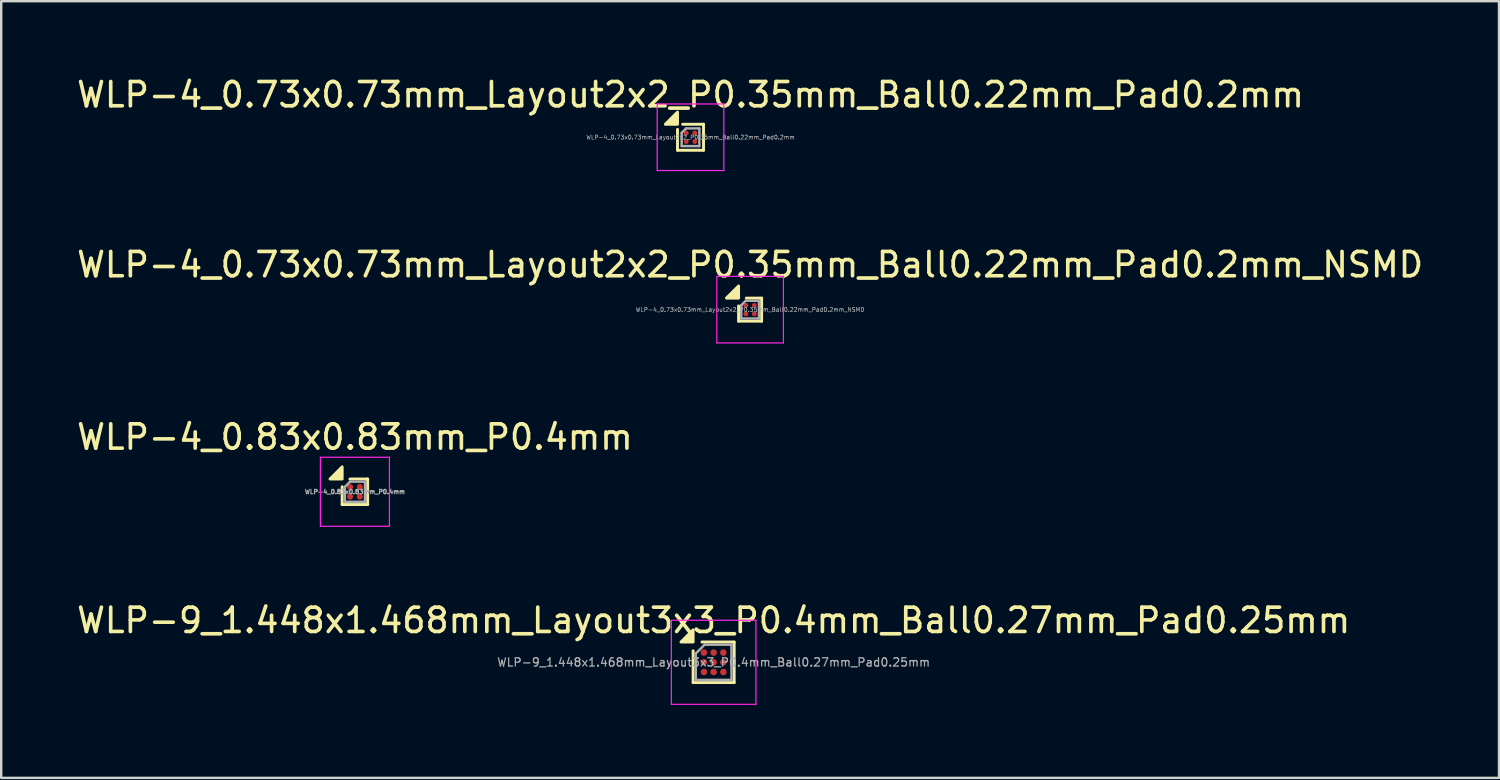
<source format=kicad_pcb>
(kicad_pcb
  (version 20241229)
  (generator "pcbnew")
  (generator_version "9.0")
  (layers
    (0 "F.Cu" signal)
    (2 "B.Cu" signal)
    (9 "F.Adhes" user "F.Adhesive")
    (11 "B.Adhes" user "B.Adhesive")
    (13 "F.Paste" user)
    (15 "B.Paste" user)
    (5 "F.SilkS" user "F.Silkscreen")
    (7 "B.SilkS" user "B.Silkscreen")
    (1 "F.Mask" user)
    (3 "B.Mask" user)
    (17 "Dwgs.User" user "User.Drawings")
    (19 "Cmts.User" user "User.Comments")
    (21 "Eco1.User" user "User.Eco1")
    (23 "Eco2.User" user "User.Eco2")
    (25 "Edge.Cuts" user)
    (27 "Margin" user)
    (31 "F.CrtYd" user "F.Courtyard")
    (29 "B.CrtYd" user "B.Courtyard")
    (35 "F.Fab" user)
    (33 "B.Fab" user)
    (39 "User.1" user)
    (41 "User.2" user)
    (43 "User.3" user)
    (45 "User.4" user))
  (footprint "WLP-9_1.448x1.468mm_Layout3x3_P0.4mm_Ball0.27mm_Pad0.25mm"
    (layer "F.Cu")
    (at 26.315 24.202)
    (property "Reference" "WLP-9_1.448x1.468mm_Layout3x3_P0.4mm_Ball0.27mm_Pad0.25mm" (at 0 -1.724 0) (layer "F.SilkS") (effects (font (size 1 1) (thickness 0.15))))
    (attr smd)
    (fp_line (start -0.844 0.834) (end -0.844 -0.472) (stroke (width 0.12) (type solid)) (layer "F.SilkS"))
    (fp_line (start -0.482 -0.834) (end 0.844 -0.834) (stroke (width 0.12) (type solid)) (layer "F.SilkS"))
    (fp_line (start 0.844 -0.834) (end 0.844 0.834) (stroke (width 0.12) (type solid)) (layer "F.SilkS"))
    (fp_line (start 0.844 0.834) (end -0.844 0.834) (stroke (width 0.12) (type solid)) (layer "F.SilkS"))
    (fp_poly (pts (xy -0.844 -0.834) (xy -1.344 -0.834) (xy -0.844 -1.334) (xy -0.844 -0.834)) (stroke (width 0.12) (type solid)) (fill yes) (layer "F.SilkS"))
    (fp_line (start -1.74 -1.73) (end -1.74 1.73) (stroke (width 0.05) (type solid)) (layer "F.CrtYd"))
    (fp_line (start -1.74 1.73) (end 1.74 1.73) (stroke (width 0.05) (type solid)) (layer "F.CrtYd"))
    (fp_line (start 1.74 -1.73) (end -1.74 -1.73) (stroke (width 0.05) (type solid)) (layer "F.CrtYd"))
    (fp_line (start 1.74 1.73) (end 1.74 -1.73) (stroke (width 0.05) (type solid)) (layer "F.CrtYd"))
    (fp_line (start -0.734 -0.362) (end -0.372 -0.724) (stroke (width 0.1) (type solid)) (layer "F.Fab"))
    (fp_line (start -0.734 0.724) (end -0.734 -0.362) (stroke (width 0.1) (type solid)) (layer "F.Fab"))
    (fp_line (start -0.372 -0.724) (end 0.734 -0.724) (stroke (width 0.1) (type solid)) (layer "F.Fab"))
    (fp_line (start 0.734 -0.724) (end 0.734 0.724) (stroke (width 0.1) (type solid)) (layer "F.Fab"))
    (fp_line (start 0.734 0.724) (end -0.734 0.724) (stroke (width 0.1) (type solid)) (layer "F.Fab"))
    (fp_text user "${REFERENCE}" (at 0 0 0) (layer "F.Fab") (effects (font (size 0.34 0.34) (thickness 0.051))))
    (pad "A1" smd circle (at -0.4 -0.4) (size 0.27 0.27) (property pad_prop_bga) (layers "F.Cu" "F.Mask" "F.Paste"))
    (pad "A2" smd circle (at 0 -0.4) (size 0.27 0.27) (property pad_prop_bga) (layers "F.Cu" "F.Mask" "F.Paste"))
    (pad "A3" smd circle (at 0.4 -0.4) (size 0.27 0.27) (property pad_prop_bga) (layers "F.Cu" "F.Mask" "F.Paste"))
    (pad "B1" smd circle (at -0.4 0) (size 0.27 0.27) (property pad_prop_bga) (layers "F.Cu" "F.Mask" "F.Paste"))
    (pad "B2" smd circle (at 0 0) (size 0.27 0.27) (property pad_prop_bga) (layers "F.Cu" "F.Mask" "F.Paste"))
    (pad "B3" smd circle (at 0.4 0) (size 0.27 0.27) (property pad_prop_bga) (layers "F.Cu" "F.Mask" "F.Paste"))
    (pad "C1" smd circle (at -0.4 0.4) (size 0.27 0.27) (property pad_prop_bga) (layers "F.Cu" "F.Mask" "F.Paste"))
    (pad "C2" smd circle (at 0 0.4) (size 0.27 0.27) (property pad_prop_bga) (layers "F.Cu" "F.Mask" "F.Paste"))
    (pad "C3" smd circle (at 0.4 0.4) (size 0.27 0.27) (property pad_prop_bga) (layers "F.Cu" "F.Mask" "F.Paste")))
  (footprint "WLP-4_0.73x0.73mm_Layout2x2_P0.35mm_Ball0.22mm_Pad0.2mm_NSMD"
    (layer "F.Cu")
    (at 27.815 9.691)
    (property "Reference" "WLP-4_0.73x0.73mm_Layout2x2_P0.35mm_Ball0.22mm_Pad0.2mm_NSMD" (at 0 -1.85 0) (layer "F.SilkS") (effects (font (size 1 1) (thickness 0.15))))
    (attr smd)
    (fp_line (start -0.474 0.474) (end -0.474 -0.154) (stroke (width 0.12) (type solid)) (layer "F.SilkS"))
    (fp_line (start 0.474 -0.474) (end -0.154 -0.474) (stroke (width 0.12) (type solid)) (layer "F.SilkS"))
    (fp_line (start 0.474 -0.474) (end 0.474 0.474) (stroke (width 0.12) (type solid)) (layer "F.SilkS"))
    (fp_line (start 0.474 0.474) (end -0.474 0.474) (stroke (width 0.12) (type solid)) (layer "F.SilkS"))
    (fp_poly (pts (xy -0.474 -0.474) (xy -0.974 -0.474) (xy -0.474 -0.974) (xy -0.474 -0.474)) (stroke (width 0.12) (type solid)) (fill yes) (layer "F.SilkS"))
    (fp_line (start -1.37 -1.37) (end -1.37 1.37) (stroke (width 0.05) (type solid)) (layer "F.CrtYd"))
    (fp_line (start -1.37 1.37) (end 1.37 1.37) (stroke (width 0.05) (type solid)) (layer "F.CrtYd"))
    (fp_line (start 1.37 -1.37) (end -1.37 -1.37) (stroke (width 0.05) (type solid)) (layer "F.CrtYd"))
    (fp_line (start 1.37 1.37) (end 1.37 -1.37) (stroke (width 0.05) (type solid)) (layer "F.CrtYd"))
    (fp_line (start -0.364 -0.182) (end -0.182 -0.364) (stroke (width 0.1) (type solid)) (layer "F.Fab"))
    (fp_line (start -0.364 0.364) (end -0.364 -0.182) (stroke (width 0.1) (type solid)) (layer "F.Fab"))
    (fp_line (start -0.182 -0.364) (end 0.364 -0.364) (stroke (width 0.1) (type solid)) (layer "F.Fab"))
    (fp_line (start 0.364 -0.364) (end 0.364 0.364) (stroke (width 0.1) (type solid)) (layer "F.Fab"))
    (fp_line (start 0.364 0.364) (end -0.364 0.364) (stroke (width 0.1) (type solid)) (layer "F.Fab"))
    (fp_text user "${REFERENCE}" (at 0 0 0) (layer "F.Fab") (effects (font (size 0.17 0.17) (thickness 0.025))))
    (pad "A1" smd circle (at -0.175 -0.175) (size 0.2 0.2) (property pad_prop_bga) (layers "F.Cu" "F.Mask" "F.Paste"))
    (pad "A2" smd circle (at 0.175 -0.175) (size 0.2 0.2) (property pad_prop_bga) (layers "F.Cu" "F.Mask" "F.Paste"))
    (pad "B1" smd circle (at -0.175 0.175) (size 0.2 0.2) (property pad_prop_bga) (layers "F.Cu" "F.Mask" "F.Paste"))
    (pad "B2" smd circle (at 0.175 0.175) (size 0.2 0.2) (property pad_prop_bga) (layers "F.Cu" "F.Mask" "F.Paste")))
  (footprint "WLP-4_0.73x0.73mm_Layout2x2_P0.35mm_Ball0.22mm_Pad0.2mm"
    (layer "F.Cu")
    (at 25.363 2.598)
    (property "Reference" "WLP-4_0.73x0.73mm_Layout2x2_P0.35mm_Ball0.22mm_Pad0.2mm" (at 0 -1.75 0) (layer "F.SilkS") (effects (font (size 1 1) (thickness 0.15))))
    (attr smd)
    (fp_line (start -0.535 0.535) (end -0.535 -0.323) (stroke (width 0.12) (type solid)) (layer "F.SilkS"))
    (fp_line (start -0.323 -0.535) (end 0.535 -0.535) (stroke (width 0.12) (type solid)) (layer "F.SilkS"))
    (fp_line (start 0.535 -0.535) (end 0.535 0.535) (stroke (width 0.12) (type solid)) (layer "F.SilkS"))
    (fp_line (start 0.535 0.535) (end -0.535 0.535) (stroke (width 0.12) (type solid)) (layer "F.SilkS"))
    (fp_poly (pts (xy -0.535 -0.535) (xy -1.035 -0.535) (xy -0.535 -1.035) (xy -0.535 -0.535)) (stroke (width 0.12) (type solid)) (fill yes) (layer "F.SilkS"))
    (fp_line (start -1.37 -1.37) (end -1.37 1.37) (stroke (width 0.05) (type solid)) (layer "F.CrtYd"))
    (fp_line (start -1.37 1.37) (end 1.37 1.37) (stroke (width 0.05) (type solid)) (layer "F.CrtYd"))
    (fp_line (start 1.37 -1.37) (end -1.37 -1.37) (stroke (width 0.05) (type solid)) (layer "F.CrtYd"))
    (fp_line (start 1.37 1.37) (end 1.37 -1.37) (stroke (width 0.05) (type solid)) (layer "F.CrtYd"))
    (fp_line (start -0.364 -0.182) (end -0.182 -0.364) (stroke (width 0.1) (type solid)) (layer "F.Fab"))
    (fp_line (start -0.364 0.364) (end -0.364 -0.182) (stroke (width 0.1) (type solid)) (layer "F.Fab"))
    (fp_line (start -0.182 -0.364) (end 0.364 -0.364) (stroke (width 0.1) (type solid)) (layer "F.Fab"))
    (fp_line (start 0.364 -0.364) (end 0.364 0.364) (stroke (width 0.1) (type solid)) (layer "F.Fab"))
    (fp_line (start 0.364 0.364) (end -0.364 0.364) (stroke (width 0.1) (type solid)) (layer "F.Fab"))
    (fp_text user "${REFERENCE}" (at 0 0 0) (layer "F.Fab") (effects (font (size 0.17 0.17) (thickness 0.025))))
    (pad "A1" smd circle (at -0.175 -0.175) (size 0.2 0.2) (property pad_prop_bga) (layers "F.Cu" "F.Mask" "F.Paste"))
    (pad "A2" smd circle (at 0.175 -0.175) (size 0.2 0.2) (property pad_prop_bga) (layers "F.Cu" "F.Mask" "F.Paste"))
    (pad "B1" smd circle (at -0.175 0.175) (size 0.2 0.2) (property pad_prop_bga) (layers "F.Cu" "F.Mask" "F.Paste"))
    (pad "B2" smd circle (at 0.175 0.175) (size 0.2 0.2) (property pad_prop_bga) (layers "F.Cu" "F.Mask" "F.Paste")))
  (footprint "WLP-4_0.83x0.83mm_P0.4mm"
    (layer "F.Cu")
    (at 11.554 17.185)
    (property "Reference" "WLP-4_0.83x0.83mm_P0.4mm" (at 0 -2.25 0) (layer "F.SilkS") (effects (font (size 1 1) (thickness 0.15))))
    (attr smd)
    (fp_line (start -0.525 -0.205) (end -0.525 0.525) (stroke (width 0.12) (type solid)) (layer "F.SilkS"))
    (fp_line (start -0.525 0.525) (end 0.525 0.525) (stroke (width 0.12) (type solid)) (layer "F.SilkS"))
    (fp_line (start -0.205 -0.525) (end 0.525 -0.525) (stroke (width 0.12) (type solid)) (layer "F.SilkS"))
    (fp_line (start 0.525 0.525) (end 0.525 -0.525) (stroke (width 0.12) (type solid)) (layer "F.SilkS"))
    (fp_poly (pts (xy -0.525 -0.525) (xy -1.025 -0.525) (xy -0.525 -1.025) (xy -0.525 -0.525)) (stroke (width 0.12) (type solid)) (fill yes) (layer "F.SilkS"))
    (fp_line (start -1.42 -1.42) (end 1.42 -1.42) (stroke (width 0.05) (type solid)) (layer "F.CrtYd"))
    (fp_line (start -1.42 1.42) (end -1.42 -1.42) (stroke (width 0.05) (type solid)) (layer "F.CrtYd"))
    (fp_line (start 1.42 -1.42) (end 1.42 1.42) (stroke (width 0.05) (type solid)) (layer "F.CrtYd"))
    (fp_line (start 1.42 1.42) (end -1.42 1.42) (stroke (width 0.05) (type solid)) (layer "F.CrtYd"))
    (fp_line (start -0.415 -0.2) (end -0.415 0.415) (stroke (width 0.1) (type solid)) (layer "F.Fab"))
    (fp_line (start -0.2 -0.415) (end -0.415 -0.2) (stroke (width 0.1) (type solid)) (layer "F.Fab"))
    (fp_line (start 0.415 -0.415) (end -0.2 -0.415) (stroke (width 0.1) (type solid)) (layer "F.Fab"))
    (fp_line (start 0.415 -0.415) (end 0.415 0.415) (stroke (width 0.1) (type solid)) (layer "F.Fab"))
    (fp_line (start 0.415 0.415) (end -0.415 0.415) (stroke (width 0.1) (type solid)) (layer "F.Fab"))
    (fp_text user "${REFERENCE}" (at 0 0 0) (layer "F.Fab") (effects (font (size 0.18 0.18) (thickness 0.045))))
    (pad "A1" smd circle (at -0.2 -0.2) (size 0.25 0.25) (property pad_prop_bga) (layers "F.Cu" "F.Mask" "F.Paste"))
    (pad "A2" smd circle (at 0.2 -0.2) (size 0.25 0.25) (property pad_prop_bga) (layers "F.Cu" "F.Mask" "F.Paste"))
    (pad "B1" smd circle (at -0.2 0.2) (size 0.25 0.25) (property pad_prop_bga) (layers "F.Cu" "F.Mask" "F.Paste"))
    (pad "B2" smd circle (at 0.2 0.2) (size 0.25 0.25) (property pad_prop_bga) (layers "F.Cu" "F.Mask" "F.Paste")))
  (gr_rect
    (start -3 -3)
    (end 58.631 28.957)
    (stroke (width 0.1) (type default))
    (fill no)
    (layer "Edge.Cuts")))
</source>
